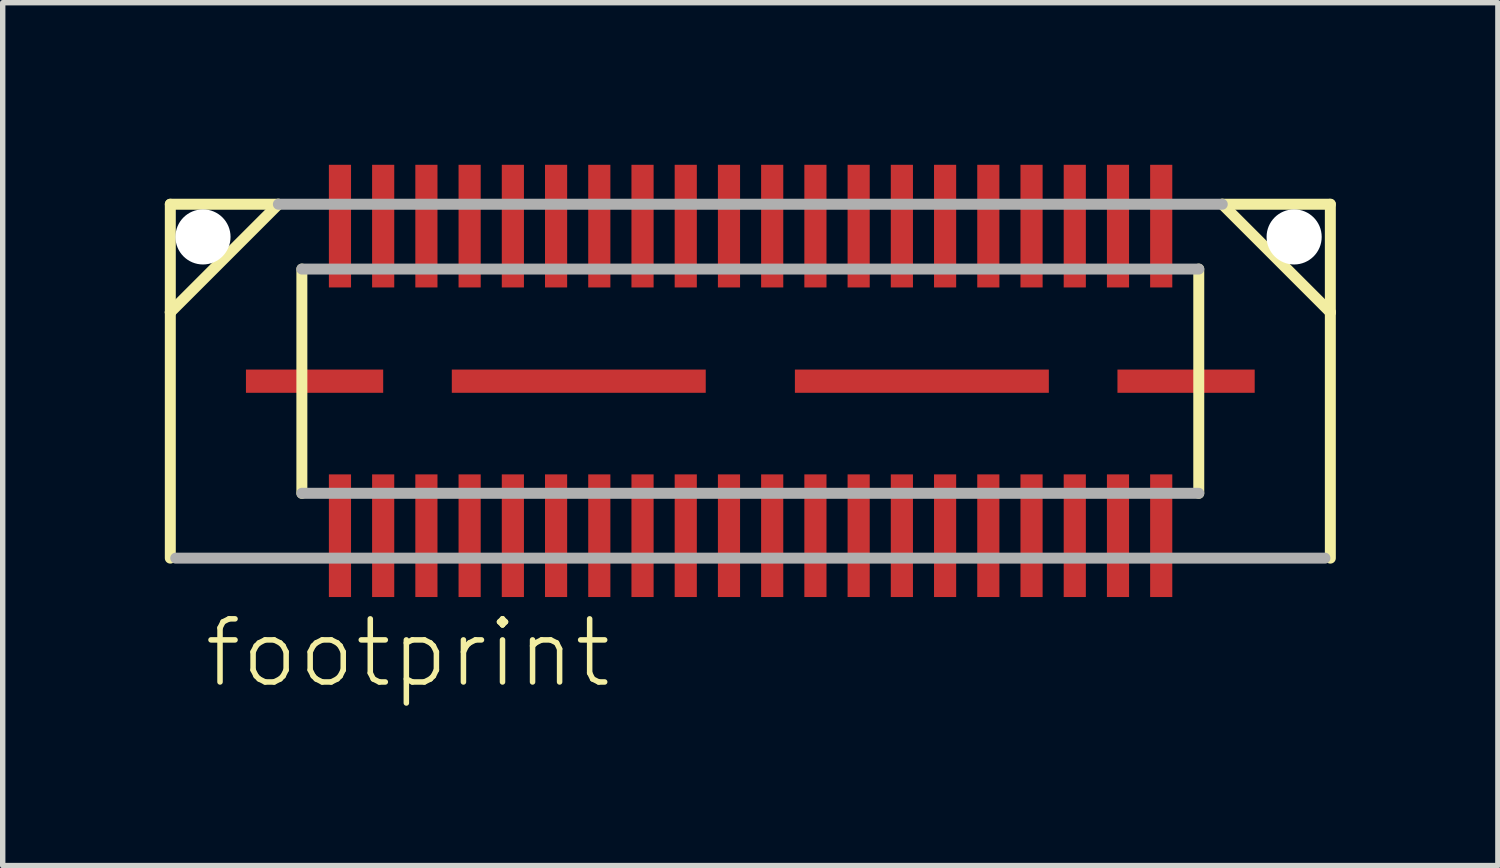
<source format=kicad_pcb>
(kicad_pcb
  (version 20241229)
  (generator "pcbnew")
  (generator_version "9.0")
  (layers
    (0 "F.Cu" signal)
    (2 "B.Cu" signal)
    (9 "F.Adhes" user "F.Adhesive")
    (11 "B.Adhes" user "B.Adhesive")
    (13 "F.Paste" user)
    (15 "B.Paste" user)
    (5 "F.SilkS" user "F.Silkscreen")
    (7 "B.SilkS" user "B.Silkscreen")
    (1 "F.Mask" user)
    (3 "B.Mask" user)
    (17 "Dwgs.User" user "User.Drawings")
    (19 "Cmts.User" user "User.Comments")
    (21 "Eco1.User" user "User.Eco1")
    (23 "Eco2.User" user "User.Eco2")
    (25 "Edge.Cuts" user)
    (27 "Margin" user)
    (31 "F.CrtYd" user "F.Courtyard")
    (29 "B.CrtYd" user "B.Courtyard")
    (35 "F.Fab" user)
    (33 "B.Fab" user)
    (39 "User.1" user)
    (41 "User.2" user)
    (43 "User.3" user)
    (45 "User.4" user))
  (footprint "footprint"
    (layer "F.Cu")
    (at 10.837 4.005)
    (property "Reference" "footprint" (at -10.16 5.715 0) (layer "F.SilkS") (effects (font (size 1.168 1.168) (thickness 0.102)) (justify left bottom)))
    (fp_line (start -10.735 -3.275) (end -10.735 -1.275) (stroke (width 0.203) (type solid)) (layer "F.SilkS"))
    (fp_line (start -10.735 -1.275) (end -10.735 3.275) (stroke (width 0.203) (type solid)) (layer "F.SilkS"))
    (fp_line (start -8.735 -3.275) (end -10.735 -3.275) (stroke (width 0.203) (type solid)) (layer "F.SilkS"))
    (fp_line (start -8.735 -3.275) (end -10.735 -1.275) (stroke (width 0.203) (type solid)) (layer "F.SilkS"))
    (fp_line (start -8.3 2.075) (end -8.3 -2.075) (stroke (width 0.203) (type solid)) (layer "F.SilkS"))
    (fp_line (start 8.3 -2.075) (end 8.3 2.075) (stroke (width 0.203) (type solid)) (layer "F.SilkS"))
    (fp_line (start 10.735 -3.275) (end 8.735 -3.275) (stroke (width 0.203) (type solid)) (layer "F.SilkS"))
    (fp_line (start 10.735 -1.275) (end 8.735 -3.275) (stroke (width 0.203) (type solid)) (layer "F.SilkS"))
    (fp_line (start 10.735 -1.275) (end 10.735 -3.275) (stroke (width 0.203) (type solid)) (layer "F.SilkS"))
    (fp_line (start 10.735 3.275) (end 10.735 -1.275) (stroke (width 0.203) (type solid)) (layer "F.SilkS"))
    (fp_line (start -8.3 -2.075) (end 8.3 -2.075) (stroke (width 0.203) (type solid)) (layer "F.Fab"))
    (fp_line (start 8.3 2.075) (end -8.3 2.075) (stroke (width 0.203) (type solid)) (layer "F.Fab"))
    (fp_line (start 8.735 -3.275) (end -8.735 -3.275) (stroke (width 0.203) (type solid)) (layer "F.Fab"))
    (fp_line (start 10.635 3.275) (end -10.635 3.275) (stroke (width 0.203) (type solid)) (layer "F.Fab"))
    (pad "" np_thru_hole circle (at -10.13 -2.67) (size 1.02 1.02) (drill 1.02) (layers "*.Cu" "*.Mask"))
    (pad "" np_thru_hole circle (at 10.065 -2.67) (size 1.02 1.02) (drill 1.02) (layers "*.Cu" "*.Mask"))
    (pad "1" smd rect (at -7.595 2.86) (size 0.41 2.27) (layers "F.Cu" "F.Mask" "F.Paste"))
    (pad "2" smd rect (at -7.595 -2.87) (size 0.41 2.27) (layers "F.Cu" "F.Mask" "F.Paste"))
    (pad "3" smd rect (at -6.795 2.86) (size 0.41 2.27) (layers "F.Cu" "F.Mask" "F.Paste"))
    (pad "4" smd rect (at -6.795 -2.87) (size 0.41 2.27) (layers "F.Cu" "F.Mask" "F.Paste"))
    (pad "5" smd rect (at -5.995 2.86) (size 0.41 2.27) (layers "F.Cu" "F.Mask" "F.Paste"))
    (pad "6" smd rect (at -5.995 -2.87) (size 0.41 2.27) (layers "F.Cu" "F.Mask" "F.Paste"))
    (pad "7" smd rect (at -5.195 2.86) (size 0.41 2.27) (layers "F.Cu" "F.Mask" "F.Paste"))
    (pad "8" smd rect (at -5.195 -2.87) (size 0.41 2.27) (layers "F.Cu" "F.Mask" "F.Paste"))
    (pad "9" smd rect (at -4.395 2.86) (size 0.41 2.27) (layers "F.Cu" "F.Mask" "F.Paste"))
    (pad "10" smd rect (at -4.395 -2.87) (size 0.41 2.27) (layers "F.Cu" "F.Mask" "F.Paste"))
    (pad "11" smd rect (at -3.595 2.86) (size 0.41 2.27) (layers "F.Cu" "F.Mask" "F.Paste"))
    (pad "12" smd rect (at -3.595 -2.87) (size 0.41 2.27) (layers "F.Cu" "F.Mask" "F.Paste"))
    (pad "13" smd rect (at -2.795 2.86) (size 0.41 2.27) (layers "F.Cu" "F.Mask" "F.Paste"))
    (pad "14" smd rect (at -2.795 -2.87) (size 0.41 2.27) (layers "F.Cu" "F.Mask" "F.Paste"))
    (pad "15" smd rect (at -1.995 2.86) (size 0.41 2.27) (layers "F.Cu" "F.Mask" "F.Paste"))
    (pad "16" smd rect (at -1.995 -2.87) (size 0.41 2.27) (layers "F.Cu" "F.Mask" "F.Paste"))
    (pad "17" smd rect (at -1.195 2.86) (size 0.41 2.27) (layers "F.Cu" "F.Mask" "F.Paste"))
    (pad "18" smd rect (at -1.195 -2.87) (size 0.41 2.27) (layers "F.Cu" "F.Mask" "F.Paste"))
    (pad "19" smd rect (at -0.395 2.86) (size 0.41 2.27) (layers "F.Cu" "F.Mask" "F.Paste"))
    (pad "20" smd rect (at -0.395 -2.87) (size 0.41 2.27) (layers "F.Cu" "F.Mask" "F.Paste"))
    (pad "21" smd rect (at 0.405 2.86) (size 0.41 2.27) (layers "F.Cu" "F.Mask" "F.Paste"))
    (pad "22" smd rect (at 0.405 -2.87) (size 0.41 2.27) (layers "F.Cu" "F.Mask" "F.Paste"))
    (pad "23" smd rect (at 1.205 2.86) (size 0.41 2.27) (layers "F.Cu" "F.Mask" "F.Paste"))
    (pad "24" smd rect (at 1.205 -2.87) (size 0.41 2.27) (layers "F.Cu" "F.Mask" "F.Paste"))
    (pad "25" smd rect (at 2.005 2.86) (size 0.41 2.27) (layers "F.Cu" "F.Mask" "F.Paste"))
    (pad "26" smd rect (at 2.005 -2.87) (size 0.41 2.27) (layers "F.Cu" "F.Mask" "F.Paste"))
    (pad "27" smd rect (at 2.805 2.86) (size 0.41 2.27) (layers "F.Cu" "F.Mask" "F.Paste"))
    (pad "28" smd rect (at 2.805 -2.87) (size 0.41 2.27) (layers "F.Cu" "F.Mask" "F.Paste"))
    (pad "29" smd rect (at 3.605 2.86) (size 0.41 2.27) (layers "F.Cu" "F.Mask" "F.Paste"))
    (pad "30" smd rect (at 3.605 -2.87) (size 0.41 2.27) (layers "F.Cu" "F.Mask" "F.Paste"))
    (pad "31" smd rect (at 4.405 2.86) (size 0.41 2.27) (layers "F.Cu" "F.Mask" "F.Paste"))
    (pad "32" smd rect (at 4.405 -2.87) (size 0.41 2.27) (layers "F.Cu" "F.Mask" "F.Paste"))
    (pad "33" smd rect (at 5.205 2.86) (size 0.41 2.27) (layers "F.Cu" "F.Mask" "F.Paste"))
    (pad "34" smd rect (at 5.205 -2.87) (size 0.41 2.27) (layers "F.Cu" "F.Mask" "F.Paste"))
    (pad "35" smd rect (at 6.005 2.86) (size 0.41 2.27) (layers "F.Cu" "F.Mask" "F.Paste"))
    (pad "36" smd rect (at 6.005 -2.87) (size 0.41 2.27) (layers "F.Cu" "F.Mask" "F.Paste"))
    (pad "37" smd rect (at 6.805 2.86) (size 0.41 2.27) (layers "F.Cu" "F.Mask" "F.Paste"))
    (pad "38" smd rect (at 6.805 -2.87) (size 0.41 2.27) (layers "F.Cu" "F.Mask" "F.Paste"))
    (pad "39" smd rect (at 7.605 2.86) (size 0.41 2.27) (layers "F.Cu" "F.Mask" "F.Paste"))
    (pad "40" smd rect (at 7.605 -2.87) (size 0.41 2.27) (layers "F.Cu" "F.Mask" "F.Paste"))
    (pad "M1" smd rect (at -8.065 0) (size 2.54 0.43) (layers "F.Cu" "F.Mask" "F.Paste"))
    (pad "M2" smd rect (at 8.065 0) (size 2.54 0.43) (layers "F.Cu" "F.Mask" "F.Paste"))
    (pad "M3" smd rect (at -3.175 0) (size 4.7 0.43) (layers "F.Cu" "F.Mask" "F.Paste"))
    (pad "M4" smd rect (at 3.175 0) (size 4.7 0.43) (layers "F.Cu" "F.Mask" "F.Paste")))
  (gr_rect
    (start -3 -3)
    (end 24.673 12.97)
    (stroke (width 0.1) (type default))
    (fill no)
    (layer "Edge.Cuts")))
</source>
